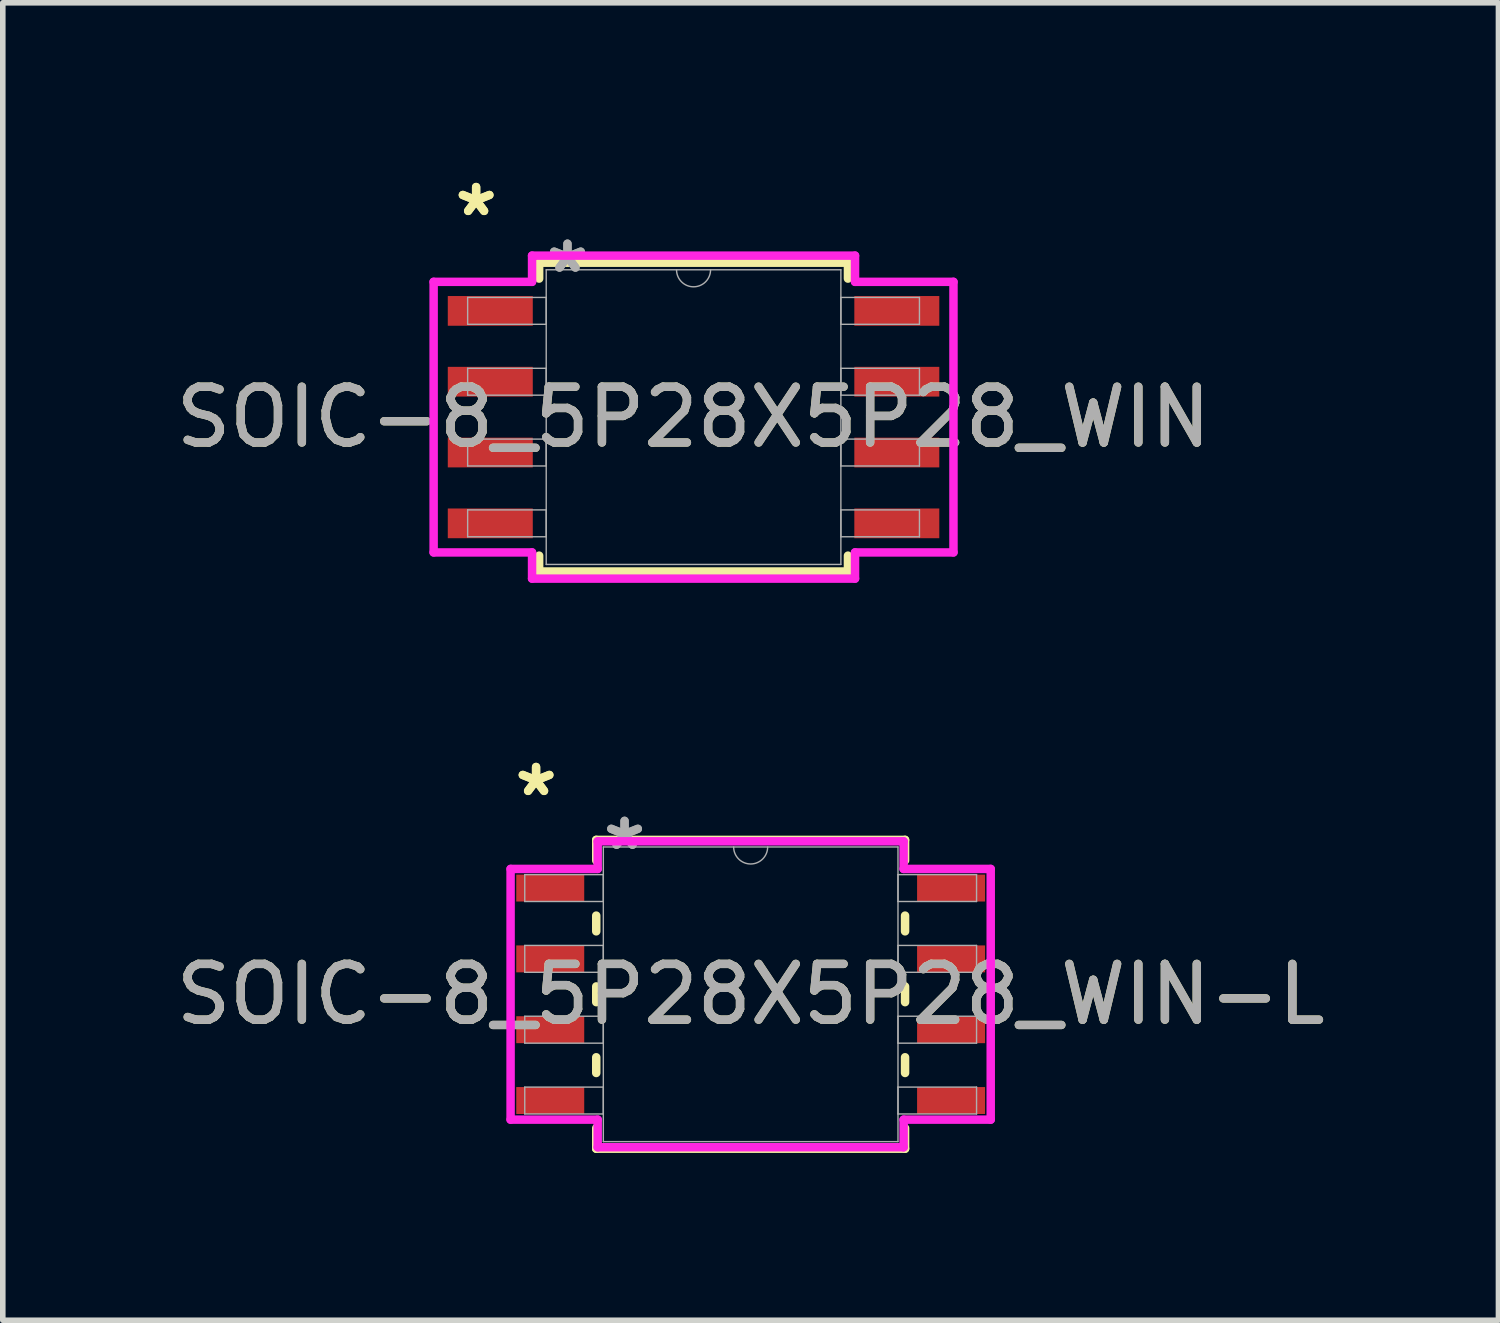
<source format=kicad_pcb>
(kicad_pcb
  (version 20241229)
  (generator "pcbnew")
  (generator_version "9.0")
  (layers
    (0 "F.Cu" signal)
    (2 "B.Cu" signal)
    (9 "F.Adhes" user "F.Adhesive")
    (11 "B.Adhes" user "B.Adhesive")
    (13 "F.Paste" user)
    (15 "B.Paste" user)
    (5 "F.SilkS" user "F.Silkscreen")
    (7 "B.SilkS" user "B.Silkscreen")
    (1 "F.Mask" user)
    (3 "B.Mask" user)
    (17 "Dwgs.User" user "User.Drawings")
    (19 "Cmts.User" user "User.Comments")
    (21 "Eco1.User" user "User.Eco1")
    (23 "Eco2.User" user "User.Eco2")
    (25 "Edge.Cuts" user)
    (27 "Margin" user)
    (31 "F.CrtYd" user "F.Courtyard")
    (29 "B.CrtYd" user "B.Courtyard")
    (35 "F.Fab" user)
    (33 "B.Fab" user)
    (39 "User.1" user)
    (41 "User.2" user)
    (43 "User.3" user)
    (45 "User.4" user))
  (footprint "SOIC-8_5P28X5P28_WIN-L"
    (layer "F.Cu")
    (at 10.411 14.78)
    (property "Reference" "SOIC-8_5P28X5P28_WIN-L" (at 0 0 0) (unlocked yes) (layer "F.SilkS") (effects (font (size 1 1) (thickness 0.15))))
    (attr smd)
    (fp_line (start -2.769 -2.769) (end -2.769 -2.399) (stroke (width 0.152) (type solid)) (layer "F.SilkS"))
    (fp_line (start -2.769 -1.411) (end -2.769 -1.129) (stroke (width 0.152) (type solid)) (layer "F.SilkS"))
    (fp_line (start -2.769 -0.141) (end -2.769 0.141) (stroke (width 0.152) (type solid)) (layer "F.SilkS"))
    (fp_line (start -2.769 1.129) (end -2.769 1.411) (stroke (width 0.152) (type solid)) (layer "F.SilkS"))
    (fp_line (start -2.769 2.399) (end -2.769 2.769) (stroke (width 0.152) (type solid)) (layer "F.SilkS"))
    (fp_line (start -2.769 2.769) (end 2.769 2.769) (stroke (width 0.152) (type solid)) (layer "F.SilkS"))
    (fp_line (start 2.769 -2.769) (end -2.769 -2.769) (stroke (width 0.152) (type solid)) (layer "F.SilkS"))
    (fp_line (start 2.769 -2.399) (end 2.769 -2.769) (stroke (width 0.152) (type solid)) (layer "F.SilkS"))
    (fp_line (start 2.769 -1.129) (end 2.769 -1.411) (stroke (width 0.152) (type solid)) (layer "F.SilkS"))
    (fp_line (start 2.769 0.141) (end 2.769 -0.141) (stroke (width 0.152) (type solid)) (layer "F.SilkS"))
    (fp_line (start 2.769 1.411) (end 2.769 1.129) (stroke (width 0.152) (type solid)) (layer "F.SilkS"))
    (fp_line (start 2.769 2.769) (end 2.769 2.399) (stroke (width 0.152) (type solid)) (layer "F.SilkS"))
    (fp_line (start -4.305 -2.248) (end -2.743 -2.248) (stroke (width 0.152) (type solid)) (layer "F.CrtYd"))
    (fp_line (start -4.305 2.248) (end -4.305 -2.248) (stroke (width 0.152) (type solid)) (layer "F.CrtYd"))
    (fp_line (start -4.305 2.248) (end -2.743 2.248) (stroke (width 0.152) (type solid)) (layer "F.CrtYd"))
    (fp_line (start -2.743 -2.743) (end 2.743 -2.743) (stroke (width 0.152) (type solid)) (layer "F.CrtYd"))
    (fp_line (start -2.743 -2.248) (end -2.743 -2.743) (stroke (width 0.152) (type solid)) (layer "F.CrtYd"))
    (fp_line (start -2.743 2.743) (end -2.743 2.248) (stroke (width 0.152) (type solid)) (layer "F.CrtYd"))
    (fp_line (start 2.743 -2.743) (end 2.743 -2.248) (stroke (width 0.152) (type solid)) (layer "F.CrtYd"))
    (fp_line (start 2.743 2.248) (end 2.743 2.743) (stroke (width 0.152) (type solid)) (layer "F.CrtYd"))
    (fp_line (start 2.743 2.743) (end -2.743 2.743) (stroke (width 0.152) (type solid)) (layer "F.CrtYd"))
    (fp_line (start 4.305 -2.248) (end 2.743 -2.248) (stroke (width 0.152) (type solid)) (layer "F.CrtYd"))
    (fp_line (start 4.305 -2.248) (end 4.305 2.248) (stroke (width 0.152) (type solid)) (layer "F.CrtYd"))
    (fp_line (start 4.305 2.248) (end 2.743 2.248) (stroke (width 0.152) (type solid)) (layer "F.CrtYd"))
    (fp_line (start -4.051 -2.146) (end -4.051 -1.664) (stroke (width 0.025) (type solid)) (layer "F.Fab"))
    (fp_line (start -4.051 -1.664) (end -2.642 -1.664) (stroke (width 0.025) (type solid)) (layer "F.Fab"))
    (fp_line (start -4.051 -0.876) (end -4.051 -0.394) (stroke (width 0.025) (type solid)) (layer "F.Fab"))
    (fp_line (start -4.051 -0.394) (end -2.642 -0.394) (stroke (width 0.025) (type solid)) (layer "F.Fab"))
    (fp_line (start -4.051 0.394) (end -4.051 0.876) (stroke (width 0.025) (type solid)) (layer "F.Fab"))
    (fp_line (start -4.051 0.876) (end -2.642 0.876) (stroke (width 0.025) (type solid)) (layer "F.Fab"))
    (fp_line (start -4.051 1.664) (end -4.051 2.146) (stroke (width 0.025) (type solid)) (layer "F.Fab"))
    (fp_line (start -4.051 2.146) (end -2.642 2.146) (stroke (width 0.025) (type solid)) (layer "F.Fab"))
    (fp_line (start -2.642 -2.642) (end -2.642 2.642) (stroke (width 0.025) (type solid)) (layer "F.Fab"))
    (fp_line (start -2.642 -2.146) (end -4.051 -2.146) (stroke (width 0.025) (type solid)) (layer "F.Fab"))
    (fp_line (start -2.642 -1.664) (end -2.642 -2.146) (stroke (width 0.025) (type solid)) (layer "F.Fab"))
    (fp_line (start -2.642 -0.876) (end -4.051 -0.876) (stroke (width 0.025) (type solid)) (layer "F.Fab"))
    (fp_line (start -2.642 -0.394) (end -2.642 -0.876) (stroke (width 0.025) (type solid)) (layer "F.Fab"))
    (fp_line (start -2.642 0.394) (end -4.051 0.394) (stroke (width 0.025) (type solid)) (layer "F.Fab"))
    (fp_line (start -2.642 0.876) (end -2.642 0.394) (stroke (width 0.025) (type solid)) (layer "F.Fab"))
    (fp_line (start -2.642 1.664) (end -4.051 1.664) (stroke (width 0.025) (type solid)) (layer "F.Fab"))
    (fp_line (start -2.642 2.146) (end -2.642 1.664) (stroke (width 0.025) (type solid)) (layer "F.Fab"))
    (fp_line (start -2.642 2.642) (end 2.642 2.642) (stroke (width 0.025) (type solid)) (layer "F.Fab"))
    (fp_line (start 2.642 -2.642) (end -2.642 -2.642) (stroke (width 0.025) (type solid)) (layer "F.Fab"))
    (fp_line (start 2.642 -2.146) (end 2.642 -1.664) (stroke (width 0.025) (type solid)) (layer "F.Fab"))
    (fp_line (start 2.642 -1.664) (end 4.051 -1.664) (stroke (width 0.025) (type solid)) (layer "F.Fab"))
    (fp_line (start 2.642 -0.876) (end 2.642 -0.394) (stroke (width 0.025) (type solid)) (layer "F.Fab"))
    (fp_line (start 2.642 -0.394) (end 4.051 -0.394) (stroke (width 0.025) (type solid)) (layer "F.Fab"))
    (fp_line (start 2.642 0.394) (end 2.642 0.876) (stroke (width 0.025) (type solid)) (layer "F.Fab"))
    (fp_line (start 2.642 0.876) (end 4.051 0.876) (stroke (width 0.025) (type solid)) (layer "F.Fab"))
    (fp_line (start 2.642 1.664) (end 2.642 2.146) (stroke (width 0.025) (type solid)) (layer "F.Fab"))
    (fp_line (start 2.642 2.146) (end 4.051 2.146) (stroke (width 0.025) (type solid)) (layer "F.Fab"))
    (fp_line (start 2.642 2.642) (end 2.642 -2.642) (stroke (width 0.025) (type solid)) (layer "F.Fab"))
    (fp_line (start 4.051 -2.146) (end 2.642 -2.146) (stroke (width 0.025) (type solid)) (layer "F.Fab"))
    (fp_line (start 4.051 -1.664) (end 4.051 -2.146) (stroke (width 0.025) (type solid)) (layer "F.Fab"))
    (fp_line (start 4.051 -0.876) (end 2.642 -0.876) (stroke (width 0.025) (type solid)) (layer "F.Fab"))
    (fp_line (start 4.051 -0.394) (end 4.051 -0.876) (stroke (width 0.025) (type solid)) (layer "F.Fab"))
    (fp_line (start 4.051 0.394) (end 2.642 0.394) (stroke (width 0.025) (type solid)) (layer "F.Fab"))
    (fp_line (start 4.051 0.876) (end 4.051 0.394) (stroke (width 0.025) (type solid)) (layer "F.Fab"))
    (fp_line (start 4.051 1.664) (end 2.642 1.664) (stroke (width 0.025) (type solid)) (layer "F.Fab"))
    (fp_line (start 4.051 2.146) (end 4.051 1.664) (stroke (width 0.025) (type solid)) (layer "F.Fab"))
    (fp_arc (start 0.3048 -2.6416) (mid 0 -2.3368) (end -0.3048 -2.6416) (stroke (width 0.0254) (type solid)) (layer "F.Fab"))
    (fp_text user "*" (at -3.848 -3.531 0) (layer "F.SilkS") (effects (font (size 1 1) (thickness 0.15))))
    (fp_text user "*" (at -3.848 -3.531 0) (unlocked yes) (layer "F.SilkS") (effects (font (size 1 1) (thickness 0.15))))
    (fp_text user "${REFERENCE}" (at 0 0 0) (unlocked yes) (layer "F.Fab") (effects (font (size 1 1) (thickness 0.15))))
    (fp_text user "*" (at -2.261 -2.565 0) (unlocked yes) (layer "F.Fab") (effects (font (size 1 1) (thickness 0.15))))
    (fp_text user "*" (at -2.261 -2.565 0) (layer "F.Fab") (effects (font (size 1 1) (thickness 0.15))))
    (pad "1" smd rect (at -3.594 -1.905) (size 1.219 0.483) (layers "F.Cu" "F.Mask" "F.Paste"))
    (pad "2" smd rect (at -3.594 -0.635) (size 1.219 0.483) (layers "F.Cu" "F.Mask" "F.Paste"))
    (pad "3" smd rect (at -3.594 0.635) (size 1.219 0.483) (layers "F.Cu" "F.Mask" "F.Paste"))
    (pad "4" smd rect (at -3.594 1.905) (size 1.219 0.483) (layers "F.Cu" "F.Mask" "F.Paste"))
    (pad "5" smd rect (at 3.594 1.905) (size 1.219 0.483) (layers "F.Cu" "F.Mask" "F.Paste"))
    (pad "6" smd rect (at 3.594 0.635) (size 1.219 0.483) (layers "F.Cu" "F.Mask" "F.Paste"))
    (pad "7" smd rect (at 3.594 -0.635) (size 1.219 0.483) (layers "F.Cu" "F.Mask" "F.Paste"))
    (pad "8" smd rect (at 3.594 -1.905) (size 1.219 0.483) (layers "F.Cu" "F.Mask" "F.Paste")))
  (footprint "SOIC-8_5P28X5P28_WIN"
    (layer "F.Cu")
    (at 9.387 4.43)
    (property "Reference" "SOIC-8_5P28X5P28_WIN" (at 0 0 0) (unlocked yes) (layer "F.SilkS") (effects (font (size 1 1) (thickness 0.15))))
    (attr smd)
    (fp_line (start -2.769 -2.769) (end -2.769 -2.484) (stroke (width 0.152) (type solid)) (layer "F.SilkS"))
    (fp_line (start -2.769 2.484) (end -2.769 2.769) (stroke (width 0.152) (type solid)) (layer "F.SilkS"))
    (fp_line (start -2.769 2.769) (end 2.769 2.769) (stroke (width 0.152) (type solid)) (layer "F.SilkS"))
    (fp_line (start 2.769 -2.769) (end -2.769 -2.769) (stroke (width 0.152) (type solid)) (layer "F.SilkS"))
    (fp_line (start 2.769 -2.484) (end 2.769 -2.769) (stroke (width 0.152) (type solid)) (layer "F.SilkS"))
    (fp_line (start 2.769 2.769) (end 2.769 2.484) (stroke (width 0.152) (type solid)) (layer "F.SilkS"))
    (fp_line (start -4.661 -2.426) (end -2.896 -2.426) (stroke (width 0.152) (type solid)) (layer "F.CrtYd"))
    (fp_line (start -4.661 2.426) (end -4.661 -2.426) (stroke (width 0.152) (type solid)) (layer "F.CrtYd"))
    (fp_line (start -4.661 2.426) (end -2.896 2.426) (stroke (width 0.152) (type solid)) (layer "F.CrtYd"))
    (fp_line (start -2.896 -2.896) (end 2.896 -2.896) (stroke (width 0.152) (type solid)) (layer "F.CrtYd"))
    (fp_line (start -2.896 -2.426) (end -2.896 -2.896) (stroke (width 0.152) (type solid)) (layer "F.CrtYd"))
    (fp_line (start -2.896 2.896) (end -2.896 2.426) (stroke (width 0.152) (type solid)) (layer "F.CrtYd"))
    (fp_line (start 2.896 -2.896) (end 2.896 -2.426) (stroke (width 0.152) (type solid)) (layer "F.CrtYd"))
    (fp_line (start 2.896 2.426) (end 2.896 2.896) (stroke (width 0.152) (type solid)) (layer "F.CrtYd"))
    (fp_line (start 2.896 2.896) (end -2.896 2.896) (stroke (width 0.152) (type solid)) (layer "F.CrtYd"))
    (fp_line (start 4.661 -2.426) (end 2.896 -2.426) (stroke (width 0.152) (type solid)) (layer "F.CrtYd"))
    (fp_line (start 4.661 -2.426) (end 4.661 2.426) (stroke (width 0.152) (type solid)) (layer "F.CrtYd"))
    (fp_line (start 4.661 2.426) (end 2.896 2.426) (stroke (width 0.152) (type solid)) (layer "F.CrtYd"))
    (fp_line (start -4.051 -2.146) (end -4.051 -1.664) (stroke (width 0.025) (type solid)) (layer "F.Fab"))
    (fp_line (start -4.051 -1.664) (end -2.642 -1.664) (stroke (width 0.025) (type solid)) (layer "F.Fab"))
    (fp_line (start -4.051 -0.876) (end -4.051 -0.394) (stroke (width 0.025) (type solid)) (layer "F.Fab"))
    (fp_line (start -4.051 -0.394) (end -2.642 -0.394) (stroke (width 0.025) (type solid)) (layer "F.Fab"))
    (fp_line (start -4.051 0.394) (end -4.051 0.876) (stroke (width 0.025) (type solid)) (layer "F.Fab"))
    (fp_line (start -4.051 0.876) (end -2.642 0.876) (stroke (width 0.025) (type solid)) (layer "F.Fab"))
    (fp_line (start -4.051 1.664) (end -4.051 2.146) (stroke (width 0.025) (type solid)) (layer "F.Fab"))
    (fp_line (start -4.051 2.146) (end -2.642 2.146) (stroke (width 0.025) (type solid)) (layer "F.Fab"))
    (fp_line (start -2.642 -2.642) (end -2.642 2.642) (stroke (width 0.025) (type solid)) (layer "F.Fab"))
    (fp_line (start -2.642 -2.146) (end -4.051 -2.146) (stroke (width 0.025) (type solid)) (layer "F.Fab"))
    (fp_line (start -2.642 -1.664) (end -2.642 -2.146) (stroke (width 0.025) (type solid)) (layer "F.Fab"))
    (fp_line (start -2.642 -0.876) (end -4.051 -0.876) (stroke (width 0.025) (type solid)) (layer "F.Fab"))
    (fp_line (start -2.642 -0.394) (end -2.642 -0.876) (stroke (width 0.025) (type solid)) (layer "F.Fab"))
    (fp_line (start -2.642 0.394) (end -4.051 0.394) (stroke (width 0.025) (type solid)) (layer "F.Fab"))
    (fp_line (start -2.642 0.876) (end -2.642 0.394) (stroke (width 0.025) (type solid)) (layer "F.Fab"))
    (fp_line (start -2.642 1.664) (end -4.051 1.664) (stroke (width 0.025) (type solid)) (layer "F.Fab"))
    (fp_line (start -2.642 2.146) (end -2.642 1.664) (stroke (width 0.025) (type solid)) (layer "F.Fab"))
    (fp_line (start -2.642 2.642) (end 2.642 2.642) (stroke (width 0.025) (type solid)) (layer "F.Fab"))
    (fp_line (start 2.642 -2.642) (end -2.642 -2.642) (stroke (width 0.025) (type solid)) (layer "F.Fab"))
    (fp_line (start 2.642 -2.146) (end 2.642 -1.664) (stroke (width 0.025) (type solid)) (layer "F.Fab"))
    (fp_line (start 2.642 -1.664) (end 4.051 -1.664) (stroke (width 0.025) (type solid)) (layer "F.Fab"))
    (fp_line (start 2.642 -0.876) (end 2.642 -0.394) (stroke (width 0.025) (type solid)) (layer "F.Fab"))
    (fp_line (start 2.642 -0.394) (end 4.051 -0.394) (stroke (width 0.025) (type solid)) (layer "F.Fab"))
    (fp_line (start 2.642 0.394) (end 2.642 0.876) (stroke (width 0.025) (type solid)) (layer "F.Fab"))
    (fp_line (start 2.642 0.876) (end 4.051 0.876) (stroke (width 0.025) (type solid)) (layer "F.Fab"))
    (fp_line (start 2.642 1.664) (end 2.642 2.146) (stroke (width 0.025) (type solid)) (layer "F.Fab"))
    (fp_line (start 2.642 2.146) (end 4.051 2.146) (stroke (width 0.025) (type solid)) (layer "F.Fab"))
    (fp_line (start 2.642 2.642) (end 2.642 -2.642) (stroke (width 0.025) (type solid)) (layer "F.Fab"))
    (fp_line (start 4.051 -2.146) (end 2.642 -2.146) (stroke (width 0.025) (type solid)) (layer "F.Fab"))
    (fp_line (start 4.051 -1.664) (end 4.051 -2.146) (stroke (width 0.025) (type solid)) (layer "F.Fab"))
    (fp_line (start 4.051 -0.876) (end 2.642 -0.876) (stroke (width 0.025) (type solid)) (layer "F.Fab"))
    (fp_line (start 4.051 -0.394) (end 4.051 -0.876) (stroke (width 0.025) (type solid)) (layer "F.Fab"))
    (fp_line (start 4.051 0.394) (end 2.642 0.394) (stroke (width 0.025) (type solid)) (layer "F.Fab"))
    (fp_line (start 4.051 0.876) (end 4.051 0.394) (stroke (width 0.025) (type solid)) (layer "F.Fab"))
    (fp_line (start 4.051 1.664) (end 2.642 1.664) (stroke (width 0.025) (type solid)) (layer "F.Fab"))
    (fp_line (start 4.051 2.146) (end 4.051 1.664) (stroke (width 0.025) (type solid)) (layer "F.Fab"))
    (fp_arc (start 0.3048 -2.6416) (mid 0 -2.3368) (end -0.3048 -2.6416) (stroke (width 0.0254) (type solid)) (layer "F.Fab"))
    (fp_text user "*" (at -3.899 -3.581 0) (unlocked yes) (layer "F.SilkS") (effects (font (size 1 1) (thickness 0.15))))
    (fp_text user "*" (at -3.899 -3.581 0) (layer "F.SilkS") (effects (font (size 1 1) (thickness 0.15))))
    (fp_text user "*" (at -2.261 -2.565 0) (unlocked yes) (layer "F.Fab") (effects (font (size 1 1) (thickness 0.15))))
    (fp_text user "${REFERENCE}" (at 0 0 0) (unlocked yes) (layer "F.Fab") (effects (font (size 1 1) (thickness 0.15))))
    (fp_text user "*" (at -2.261 -2.565 0) (layer "F.Fab") (effects (font (size 1 1) (thickness 0.15))))
    (pad "1" smd rect (at -3.645 -1.905) (size 1.524 0.533) (layers "F.Cu" "F.Mask" "F.Paste"))
    (pad "2" smd rect (at -3.645 -0.635) (size 1.524 0.533) (layers "F.Cu" "F.Mask" "F.Paste"))
    (pad "3" smd rect (at -3.645 0.635) (size 1.524 0.533) (layers "F.Cu" "F.Mask" "F.Paste"))
    (pad "4" smd rect (at -3.645 1.905) (size 1.524 0.533) (layers "F.Cu" "F.Mask" "F.Paste"))
    (pad "5" smd rect (at 3.645 1.905) (size 1.524 0.533) (layers "F.Cu" "F.Mask" "F.Paste"))
    (pad "6" smd rect (at 3.645 0.635) (size 1.524 0.533) (layers "F.Cu" "F.Mask" "F.Paste"))
    (pad "7" smd rect (at 3.645 -0.635) (size 1.524 0.533) (layers "F.Cu" "F.Mask" "F.Paste"))
    (pad "8" smd rect (at 3.645 -1.905) (size 1.524 0.533) (layers "F.Cu" "F.Mask" "F.Paste")))
  (gr_rect
    (start -3 -3)
    (end 23.821 20.625)
    (stroke (width 0.1) (type default))
    (fill no)
    (layer "Edge.Cuts")))
</source>
